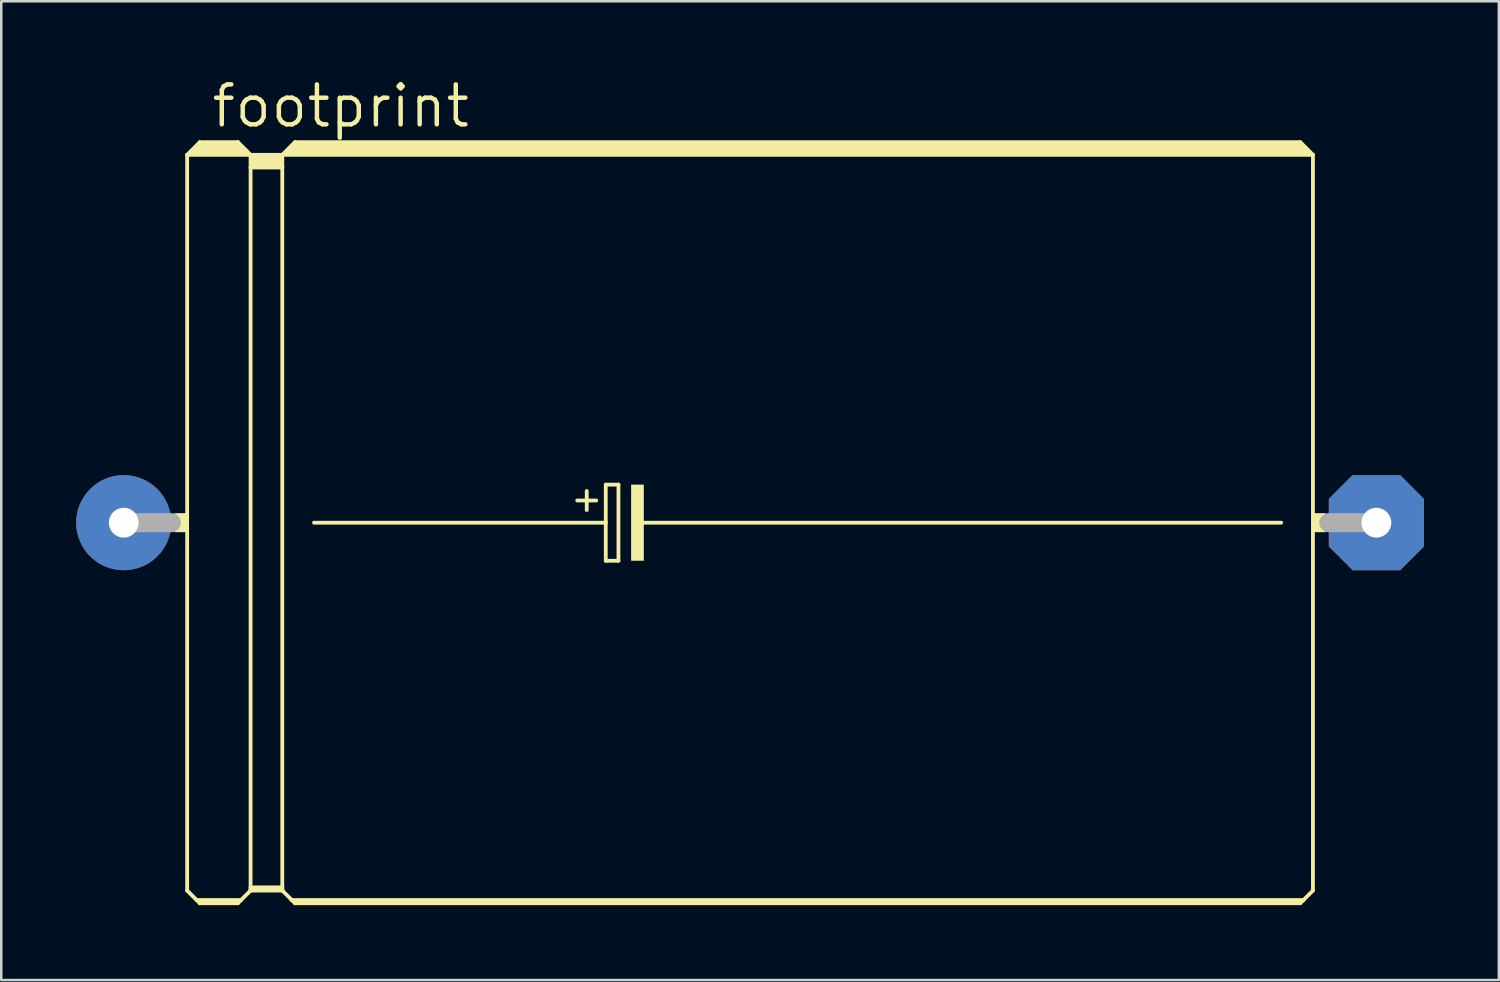
<source format=kicad_pcb>
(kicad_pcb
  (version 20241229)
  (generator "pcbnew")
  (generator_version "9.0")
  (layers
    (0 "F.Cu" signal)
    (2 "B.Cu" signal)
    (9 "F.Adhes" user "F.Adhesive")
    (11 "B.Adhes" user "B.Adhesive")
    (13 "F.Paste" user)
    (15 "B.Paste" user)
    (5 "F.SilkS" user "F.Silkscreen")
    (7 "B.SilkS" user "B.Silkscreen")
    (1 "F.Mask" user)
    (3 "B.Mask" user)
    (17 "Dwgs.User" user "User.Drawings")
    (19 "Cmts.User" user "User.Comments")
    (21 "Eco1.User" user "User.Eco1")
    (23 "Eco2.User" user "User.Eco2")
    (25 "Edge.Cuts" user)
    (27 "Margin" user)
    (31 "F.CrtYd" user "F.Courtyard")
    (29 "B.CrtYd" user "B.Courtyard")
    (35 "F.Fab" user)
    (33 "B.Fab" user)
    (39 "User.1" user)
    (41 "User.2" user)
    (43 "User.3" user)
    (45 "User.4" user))
  (footprint "footprint"
    (layer "F.Cu")
    (at 27.305 17.882)
    (property "Reference" "footprint" (at -21.971 -15.748 0) (layer "F.SilkS") (effects (font (size 1.6 1.6) (thickness 0.178)) (justify left bottom)))
    (fp_line (start -22.86 -14.732) (end -22.86 14.732) (stroke (width 0.152) (type solid)) (layer "F.SilkS"))
    (fp_line (start -22.86 -14.732) (end -22.352 -15.24) (stroke (width 0.152) (type solid)) (layer "F.SilkS"))
    (fp_line (start -22.86 -14.732) (end -20.32 -14.732) (stroke (width 0.152) (type solid)) (layer "F.SilkS"))
    (fp_line (start -22.86 14.732) (end -22.479 15.113) (stroke (width 0.152) (type solid)) (layer "F.SilkS"))
    (fp_line (start -22.606 -14.859) (end -22.479 -14.859) (stroke (width 0.305) (type solid)) (layer "F.SilkS"))
    (fp_line (start -22.479 -14.859) (end -22.479 -14.986) (stroke (width 0.305) (type solid)) (layer "F.SilkS"))
    (fp_line (start -22.479 -14.859) (end -20.701 -14.859) (stroke (width 0.305) (type solid)) (layer "F.SilkS"))
    (fp_line (start -22.479 15.113) (end -22.352 15.24) (stroke (width 0.152) (type solid)) (layer "F.SilkS"))
    (fp_line (start -22.479 15.113) (end -20.701 15.113) (stroke (width 0.152) (type solid)) (layer "F.SilkS"))
    (fp_line (start -22.352 -15.24) (end -20.828 -15.24) (stroke (width 0.152) (type solid)) (layer "F.SilkS"))
    (fp_line (start -22.352 -15.113) (end -20.828 -15.113) (stroke (width 0.305) (type solid)) (layer "F.SilkS"))
    (fp_line (start -22.352 15.189) (end -20.828 15.189) (stroke (width 0.152) (type solid)) (layer "F.SilkS"))
    (fp_line (start -22.352 15.24) (end -22.352 15.189) (stroke (width 0.152) (type solid)) (layer "F.SilkS"))
    (fp_line (start -22.352 15.24) (end -20.828 15.24) (stroke (width 0.152) (type solid)) (layer "F.SilkS"))
    (fp_line (start -20.701 -14.859) (end -20.701 -14.986) (stroke (width 0.305) (type solid)) (layer "F.SilkS"))
    (fp_line (start -20.701 -14.859) (end -20.574 -14.859) (stroke (width 0.305) (type solid)) (layer "F.SilkS"))
    (fp_line (start -20.701 15.113) (end -20.828 15.24) (stroke (width 0.152) (type solid)) (layer "F.SilkS"))
    (fp_line (start -20.32 -14.732) (end -20.828 -15.24) (stroke (width 0.152) (type solid)) (layer "F.SilkS"))
    (fp_line (start -20.32 -14.732) (end -20.32 -14.224) (stroke (width 0.152) (type solid)) (layer "F.SilkS"))
    (fp_line (start -20.32 -14.732) (end -19.05 -14.732) (stroke (width 0.152) (type solid)) (layer "F.SilkS"))
    (fp_line (start -20.32 -14.224) (end -20.32 14.605) (stroke (width 0.152) (type solid)) (layer "F.SilkS"))
    (fp_line (start -20.32 -14.224) (end -19.05 -14.224) (stroke (width 0.152) (type solid)) (layer "F.SilkS"))
    (fp_line (start -20.32 14.605) (end -20.32 14.681) (stroke (width 0.152) (type solid)) (layer "F.SilkS"))
    (fp_line (start -20.32 14.605) (end -19.05 14.605) (stroke (width 0.152) (type solid)) (layer "F.SilkS"))
    (fp_line (start -20.32 14.681) (end -20.32 14.732) (stroke (width 0.152) (type solid)) (layer "F.SilkS"))
    (fp_line (start -20.32 14.681) (end -19.05 14.681) (stroke (width 0.152) (type solid)) (layer "F.SilkS"))
    (fp_line (start -20.32 14.732) (end -20.701 15.113) (stroke (width 0.152) (type solid)) (layer "F.SilkS"))
    (fp_line (start -20.32 14.732) (end -19.05 14.732) (stroke (width 0.152) (type solid)) (layer "F.SilkS"))
    (fp_line (start -20.193 -14.605) (end -19.177 -14.605) (stroke (width 0.305) (type solid)) (layer "F.SilkS"))
    (fp_line (start -20.193 -14.351) (end -19.177 -14.351) (stroke (width 0.305) (type solid)) (layer "F.SilkS"))
    (fp_line (start -19.05 -14.732) (end -19.05 -14.224) (stroke (width 0.152) (type solid)) (layer "F.SilkS"))
    (fp_line (start -19.05 -14.732) (end 22.225 -14.732) (stroke (width 0.152) (type solid)) (layer "F.SilkS"))
    (fp_line (start -19.05 -14.224) (end -19.05 14.605) (stroke (width 0.152) (type solid)) (layer "F.SilkS"))
    (fp_line (start -19.05 14.605) (end -19.05 14.681) (stroke (width 0.152) (type solid)) (layer "F.SilkS"))
    (fp_line (start -19.05 14.681) (end -19.05 14.732) (stroke (width 0.152) (type solid)) (layer "F.SilkS"))
    (fp_line (start -19.05 14.732) (end -18.669 15.113) (stroke (width 0.152) (type solid)) (layer "F.SilkS"))
    (fp_line (start -18.796 -14.859) (end -18.669 -14.859) (stroke (width 0.305) (type solid)) (layer "F.SilkS"))
    (fp_line (start -18.669 -14.859) (end -18.669 -14.986) (stroke (width 0.305) (type solid)) (layer "F.SilkS"))
    (fp_line (start -18.669 -14.859) (end 21.971 -14.859) (stroke (width 0.305) (type solid)) (layer "F.SilkS"))
    (fp_line (start -18.669 15.113) (end -18.542 15.24) (stroke (width 0.152) (type solid)) (layer "F.SilkS"))
    (fp_line (start -18.669 15.113) (end 21.844 15.113) (stroke (width 0.152) (type solid)) (layer "F.SilkS"))
    (fp_line (start -18.542 -15.24) (end -19.05 -14.732) (stroke (width 0.152) (type solid)) (layer "F.SilkS"))
    (fp_line (start -18.542 -15.24) (end 21.717 -15.24) (stroke (width 0.152) (type solid)) (layer "F.SilkS"))
    (fp_line (start -18.542 -15.113) (end 21.717 -15.113) (stroke (width 0.305) (type solid)) (layer "F.SilkS"))
    (fp_line (start -18.542 15.189) (end 21.717 15.189) (stroke (width 0.152) (type solid)) (layer "F.SilkS"))
    (fp_line (start -18.542 15.24) (end -18.542 15.189) (stroke (width 0.152) (type solid)) (layer "F.SilkS"))
    (fp_line (start -17.78 0) (end -6.096 0) (stroke (width 0.152) (type solid)) (layer "F.SilkS"))
    (fp_line (start -7.239 -0.889) (end -6.477 -0.889) (stroke (width 0.152) (type solid)) (layer "F.SilkS"))
    (fp_line (start -6.858 -1.27) (end -6.858 -0.508) (stroke (width 0.152) (type solid)) (layer "F.SilkS"))
    (fp_line (start -6.096 -1.524) (end -6.096 0) (stroke (width 0.152) (type solid)) (layer "F.SilkS"))
    (fp_line (start -6.096 0) (end -6.096 1.524) (stroke (width 0.152) (type solid)) (layer "F.SilkS"))
    (fp_line (start -6.096 1.524) (end -5.588 1.524) (stroke (width 0.152) (type solid)) (layer "F.SilkS"))
    (fp_line (start -5.588 -1.524) (end -6.096 -1.524) (stroke (width 0.152) (type solid)) (layer "F.SilkS"))
    (fp_line (start -5.588 1.524) (end -5.588 -1.524) (stroke (width 0.152) (type solid)) (layer "F.SilkS"))
    (fp_line (start -4.699 0) (end 20.955 0) (stroke (width 0.152) (type solid)) (layer "F.SilkS"))
    (fp_line (start 21.717 -15.24) (end 22.225 -14.732) (stroke (width 0.152) (type solid)) (layer "F.SilkS"))
    (fp_line (start 21.717 15.24) (end -18.542 15.24) (stroke (width 0.152) (type solid)) (layer "F.SilkS"))
    (fp_line (start 21.844 15.113) (end 21.717 15.24) (stroke (width 0.152) (type solid)) (layer "F.SilkS"))
    (fp_line (start 22.225 -14.732) (end 22.225 14.732) (stroke (width 0.152) (type solid)) (layer "F.SilkS"))
    (fp_line (start 22.225 14.732) (end 21.844 15.113) (stroke (width 0.152) (type solid)) (layer "F.SilkS"))
    (fp_poly (pts (xy -23.368 0.381) (xy -22.86 0.381) (xy -22.86 -0.381) (xy -23.368 -0.381)) (stroke (width 0) (type solid)) (fill yes) (layer "F.SilkS"))
    (fp_poly (pts (xy -5.08 1.524) (xy -4.572 1.524) (xy -4.572 -1.524) (xy -5.08 -1.524)) (stroke (width 0) (type solid)) (fill yes) (layer "F.SilkS"))
    (fp_poly (pts (xy 22.225 0.381) (xy 22.733 0.381) (xy 22.733 -0.381) (xy 22.225 -0.381)) (stroke (width 0) (type solid)) (fill yes) (layer "F.SilkS"))
    (fp_line (start -25.4 0) (end -23.495 0) (stroke (width 0.762) (type solid)) (layer "F.Fab"))
    (fp_line (start 24.765 0) (end 22.86 0) (stroke (width 0.762) (type solid)) (layer "F.Fab"))
    (pad "+" thru_hole circle (at -25.4 0) (size 3.81 3.81) (drill 1.194) (layers "*.Cu" "*.Mask"))
    (pad "-" thru_hole roundrect (at 24.765 0) (size 3.81 3.81) (drill 1.194) (layers "*.Cu" "*.Mask") (roundrect_rratio 0.25) (chamfer_ratio 0.25) (chamfer top_left top_right bottom_left bottom_right)))
  (gr_rect
    (start -3 -3)
    (end 56.975 36.198)
    (stroke (width 0.1) (type default))
    (fill no)
    (layer "Edge.Cuts")))
</source>
